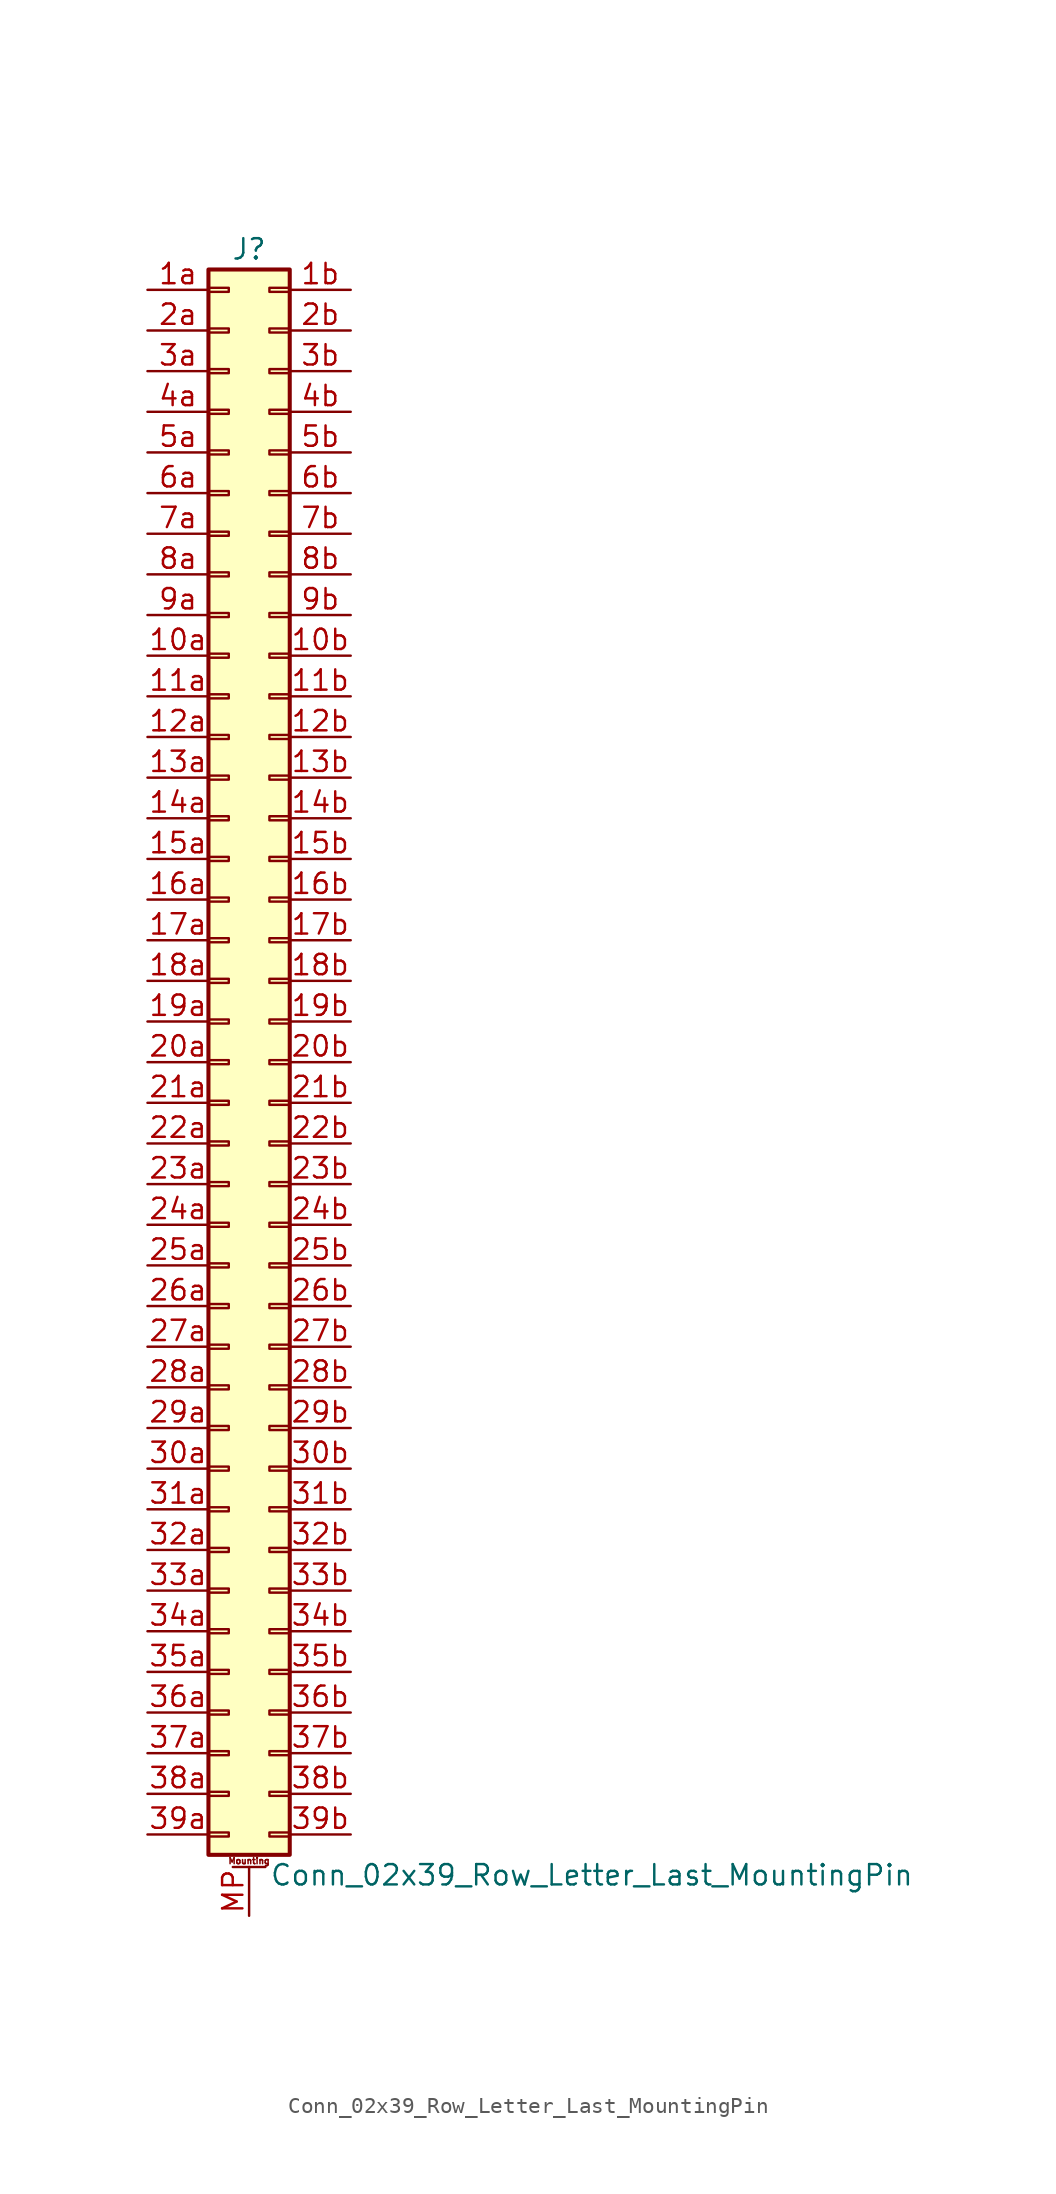
<source format=kicad_sym>
(kicad_symbol_lib
  (version 20201005)
  (generator kicad_symbol_editor)
  (symbol "Conn_02x39_Row_Letter_Last_MountingPin"
    (pin_names
      (offset 1.016) hide)
    (property "Reference" "J"
      (at 1.27 50.8 0)
      (effects (font (size 1.27 1.27))))
    (property "Value" "Conn_02x39_Row_Letter_Last_MountingPin"
      (at 2.54 -50.8 0)
      (effects (font (size 1.27 1.27)) (justify left)))
    (symbol "Conn_02x39_Row_Letter_Last_MountingPin_1_1"
      (text "Mounting" (at 1.27 -49.911 0) (effects (font (size 0.381 0.381))))
      (rectangle (start -1.27 -48.133) (end 0 -48.387) (stroke (width 0.152)) (fill (type none)))
      (rectangle (start -1.27 -45.593) (end 0 -45.847) (stroke (width 0.152)) (fill (type none)))
      (rectangle (start -1.27 -43.053) (end 0 -43.307) (stroke (width 0.152)) (fill (type none)))
      (rectangle (start -1.27 -40.513) (end 0 -40.767) (stroke (width 0.152)) (fill (type none)))
      (rectangle (start -1.27 -37.973) (end 0 -38.227) (stroke (width 0.152)) (fill (type none)))
      (rectangle (start -1.27 -35.433) (end 0 -35.687) (stroke (width 0.152)) (fill (type none)))
      (rectangle (start -1.27 -32.893) (end 0 -33.147) (stroke (width 0.152)) (fill (type none)))
      (rectangle (start -1.27 -30.353) (end 0 -30.607) (stroke (width 0.152)) (fill (type none)))
      (rectangle (start -1.27 -27.813) (end 0 -28.067) (stroke (width 0.152)) (fill (type none)))
      (rectangle (start -1.27 -25.273) (end 0 -25.527) (stroke (width 0.152)) (fill (type none)))
      (rectangle (start -1.27 -22.733) (end 0 -22.987) (stroke (width 0.152)) (fill (type none)))
      (rectangle (start -1.27 -20.193) (end 0 -20.447) (stroke (width 0.152)) (fill (type none)))
      (rectangle (start -1.27 -17.653) (end 0 -17.907) (stroke (width 0.152)) (fill (type none)))
      (rectangle (start -1.27 -15.113) (end 0 -15.367) (stroke (width 0.152)) (fill (type none)))
      (rectangle (start -1.27 -12.573) (end 0 -12.827) (stroke (width 0.152)) (fill (type none)))
      (rectangle (start -1.27 -10.033) (end 0 -10.287) (stroke (width 0.152)) (fill (type none)))
      (rectangle (start -1.27 -7.493) (end 0 -7.747) (stroke (width 0.152)) (fill (type none)))
      (rectangle (start -1.27 -4.953) (end 0 -5.207) (stroke (width 0.152)) (fill (type none)))
      (rectangle (start -1.27 -2.413) (end 0 -2.667) (stroke (width 0.152)) (fill (type none)))
      (rectangle (start -1.27 0.127) (end 0 -0.127) (stroke (width 0.152)) (fill (type none)))
      (rectangle (start -1.27 2.667) (end 0 2.413) (stroke (width 0.152)) (fill (type none)))
      (rectangle (start -1.27 5.207) (end 0 4.953) (stroke (width 0.152)) (fill (type none)))
      (rectangle (start -1.27 7.747) (end 0 7.493) (stroke (width 0.152)) (fill (type none)))
      (rectangle (start -1.27 10.287) (end 0 10.033) (stroke (width 0.152)) (fill (type none)))
      (rectangle (start -1.27 12.827) (end 0 12.573) (stroke (width 0.152)) (fill (type none)))
      (rectangle (start -1.27 15.367) (end 0 15.113) (stroke (width 0.152)) (fill (type none)))
      (rectangle (start -1.27 17.907) (end 0 17.653) (stroke (width 0.152)) (fill (type none)))
      (rectangle (start -1.27 20.447) (end 0 20.193) (stroke (width 0.152)) (fill (type none)))
      (rectangle (start -1.27 22.987) (end 0 22.733) (stroke (width 0.152)) (fill (type none)))
      (rectangle (start -1.27 25.527) (end 0 25.273) (stroke (width 0.152)) (fill (type none)))
      (rectangle (start -1.27 28.067) (end 0 27.813) (stroke (width 0.152)) (fill (type none)))
      (rectangle (start -1.27 30.607) (end 0 30.353) (stroke (width 0.152)) (fill (type none)))
      (rectangle (start -1.27 33.147) (end 0 32.893) (stroke (width 0.152)) (fill (type none)))
      (rectangle (start -1.27 35.687) (end 0 35.433) (stroke (width 0.152)) (fill (type none)))
      (rectangle (start -1.27 38.227) (end 0 37.973) (stroke (width 0.152)) (fill (type none)))
      (rectangle (start -1.27 40.767) (end 0 40.513) (stroke (width 0.152)) (fill (type none)))
      (rectangle (start -1.27 43.307) (end 0 43.053) (stroke (width 0.152)) (fill (type none)))
      (rectangle (start -1.27 45.847) (end 0 45.593) (stroke (width 0.152)) (fill (type none)))
      (rectangle (start -1.27 48.387) (end 0 48.133) (stroke (width 0.152)) (fill (type none)))
      (rectangle (start 3.81 -48.133) (end 2.54 -48.387) (stroke (width 0.152)) (fill (type none)))
      (rectangle (start 3.81 -45.593) (end 2.54 -45.847) (stroke (width 0.152)) (fill (type none)))
      (rectangle (start 3.81 -43.053) (end 2.54 -43.307) (stroke (width 0.152)) (fill (type none)))
      (rectangle (start 3.81 -40.513) (end 2.54 -40.767) (stroke (width 0.152)) (fill (type none)))
      (rectangle (start 3.81 -37.973) (end 2.54 -38.227) (stroke (width 0.152)) (fill (type none)))
      (rectangle (start 3.81 -35.433) (end 2.54 -35.687) (stroke (width 0.152)) (fill (type none)))
      (rectangle (start 3.81 -32.893) (end 2.54 -33.147) (stroke (width 0.152)) (fill (type none)))
      (rectangle (start 3.81 -30.353) (end 2.54 -30.607) (stroke (width 0.152)) (fill (type none)))
      (rectangle (start 3.81 -27.813) (end 2.54 -28.067) (stroke (width 0.152)) (fill (type none)))
      (rectangle (start 3.81 -25.273) (end 2.54 -25.527) (stroke (width 0.152)) (fill (type none)))
      (rectangle (start 3.81 -22.733) (end 2.54 -22.987) (stroke (width 0.152)) (fill (type none)))
      (rectangle (start 3.81 -20.193) (end 2.54 -20.447) (stroke (width 0.152)) (fill (type none)))
      (rectangle (start 3.81 -17.653) (end 2.54 -17.907) (stroke (width 0.152)) (fill (type none)))
      (rectangle (start 3.81 -15.113) (end 2.54 -15.367) (stroke (width 0.152)) (fill (type none)))
      (rectangle (start 3.81 -12.573) (end 2.54 -12.827) (stroke (width 0.152)) (fill (type none)))
      (rectangle (start 3.81 -10.033) (end 2.54 -10.287) (stroke (width 0.152)) (fill (type none)))
      (rectangle (start 3.81 -7.493) (end 2.54 -7.747) (stroke (width 0.152)) (fill (type none)))
      (rectangle (start 3.81 -4.953) (end 2.54 -5.207) (stroke (width 0.152)) (fill (type none)))
      (rectangle (start 3.81 -2.413) (end 2.54 -2.667) (stroke (width 0.152)) (fill (type none)))
      (rectangle (start 3.81 0.127) (end 2.54 -0.127) (stroke (width 0.152)) (fill (type none)))
      (rectangle (start 3.81 2.667) (end 2.54 2.413) (stroke (width 0.152)) (fill (type none)))
      (rectangle (start 3.81 5.207) (end 2.54 4.953) (stroke (width 0.152)) (fill (type none)))
      (rectangle (start 3.81 7.747) (end 2.54 7.493) (stroke (width 0.152)) (fill (type none)))
      (rectangle (start 3.81 10.287) (end 2.54 10.033) (stroke (width 0.152)) (fill (type none)))
      (rectangle (start 3.81 12.827) (end 2.54 12.573) (stroke (width 0.152)) (fill (type none)))
      (rectangle (start 3.81 15.367) (end 2.54 15.113) (stroke (width 0.152)) (fill (type none)))
      (rectangle (start 3.81 17.907) (end 2.54 17.653) (stroke (width 0.152)) (fill (type none)))
      (rectangle (start 3.81 20.447) (end 2.54 20.193) (stroke (width 0.152)) (fill (type none)))
      (rectangle (start 3.81 22.987) (end 2.54 22.733) (stroke (width 0.152)) (fill (type none)))
      (rectangle (start 3.81 25.527) (end 2.54 25.273) (stroke (width 0.152)) (fill (type none)))
      (rectangle (start 3.81 28.067) (end 2.54 27.813) (stroke (width 0.152)) (fill (type none)))
      (rectangle (start 3.81 30.607) (end 2.54 30.353) (stroke (width 0.152)) (fill (type none)))
      (rectangle (start 3.81 33.147) (end 2.54 32.893) (stroke (width 0.152)) (fill (type none)))
      (rectangle (start 3.81 35.687) (end 2.54 35.433) (stroke (width 0.152)) (fill (type none)))
      (rectangle (start 3.81 38.227) (end 2.54 37.973) (stroke (width 0.152)) (fill (type none)))
      (rectangle (start 3.81 40.767) (end 2.54 40.513) (stroke (width 0.152)) (fill (type none)))
      (rectangle (start 3.81 43.307) (end 2.54 43.053) (stroke (width 0.152)) (fill (type none)))
      (rectangle (start 3.81 45.847) (end 2.54 45.593) (stroke (width 0.152)) (fill (type none)))
      (rectangle (start 3.81 48.387) (end 2.54 48.133) (stroke (width 0.152)) (fill (type none)))
      (rectangle (start -1.27 49.53) (end 3.81 -49.53) (stroke (width 0.254)) (fill (type background)))
      (polyline (pts (xy 0.254 -50.292) (xy 2.286 -50.292)) (stroke (width 0.152)) (fill (type none)))
      (pin passive line (at -5.08 25.4 0) (length 3.81) (name "Pin_10a" (effects (font (size 1.27 1.27)))) (number "10a" (effects (font (size 1.27 1.27)))))
      (pin passive line (at 7.62 25.4 180) (length 3.81) (name "Pin_10b" (effects (font (size 1.27 1.27)))) (number "10b" (effects (font (size 1.27 1.27)))))
      (pin passive line (at -5.08 22.86 0) (length 3.81) (name "Pin_11a" (effects (font (size 1.27 1.27)))) (number "11a" (effects (font (size 1.27 1.27)))))
      (pin passive line (at 7.62 22.86 180) (length 3.81) (name "Pin_11b" (effects (font (size 1.27 1.27)))) (number "11b" (effects (font (size 1.27 1.27)))))
      (pin passive line (at -5.08 20.32 0) (length 3.81) (name "Pin_12a" (effects (font (size 1.27 1.27)))) (number "12a" (effects (font (size 1.27 1.27)))))
      (pin passive line (at 7.62 20.32 180) (length 3.81) (name "Pin_12b" (effects (font (size 1.27 1.27)))) (number "12b" (effects (font (size 1.27 1.27)))))
      (pin passive line (at -5.08 17.78 0) (length 3.81) (name "Pin_13a" (effects (font (size 1.27 1.27)))) (number "13a" (effects (font (size 1.27 1.27)))))
      (pin passive line (at 7.62 17.78 180) (length 3.81) (name "Pin_13b" (effects (font (size 1.27 1.27)))) (number "13b" (effects (font (size 1.27 1.27)))))
      (pin passive line (at -5.08 15.24 0) (length 3.81) (name "Pin_14a" (effects (font (size 1.27 1.27)))) (number "14a" (effects (font (size 1.27 1.27)))))
      (pin passive line (at 7.62 15.24 180) (length 3.81) (name "Pin_14b" (effects (font (size 1.27 1.27)))) (number "14b" (effects (font (size 1.27 1.27)))))
      (pin passive line (at -5.08 12.7 0) (length 3.81) (name "Pin_15a" (effects (font (size 1.27 1.27)))) (number "15a" (effects (font (size 1.27 1.27)))))
      (pin passive line (at 7.62 12.7 180) (length 3.81) (name "Pin_15b" (effects (font (size 1.27 1.27)))) (number "15b" (effects (font (size 1.27 1.27)))))
      (pin passive line (at -5.08 10.16 0) (length 3.81) (name "Pin_16a" (effects (font (size 1.27 1.27)))) (number "16a" (effects (font (size 1.27 1.27)))))
      (pin passive line (at 7.62 10.16 180) (length 3.81) (name "Pin_16b" (effects (font (size 1.27 1.27)))) (number "16b" (effects (font (size 1.27 1.27)))))
      (pin passive line (at -5.08 7.62 0) (length 3.81) (name "Pin_17a" (effects (font (size 1.27 1.27)))) (number "17a" (effects (font (size 1.27 1.27)))))
      (pin passive line (at 7.62 7.62 180) (length 3.81) (name "Pin_17b" (effects (font (size 1.27 1.27)))) (number "17b" (effects (font (size 1.27 1.27)))))
      (pin passive line (at -5.08 5.08 0) (length 3.81) (name "Pin_18a" (effects (font (size 1.27 1.27)))) (number "18a" (effects (font (size 1.27 1.27)))))
      (pin passive line (at 7.62 5.08 180) (length 3.81) (name "Pin_18b" (effects (font (size 1.27 1.27)))) (number "18b" (effects (font (size 1.27 1.27)))))
      (pin passive line (at -5.08 2.54 0) (length 3.81) (name "Pin_19a" (effects (font (size 1.27 1.27)))) (number "19a" (effects (font (size 1.27 1.27)))))
      (pin passive line (at 7.62 2.54 180) (length 3.81) (name "Pin_19b" (effects (font (size 1.27 1.27)))) (number "19b" (effects (font (size 1.27 1.27)))))
      (pin passive line (at -5.08 48.26 0) (length 3.81) (name "Pin_1a" (effects (font (size 1.27 1.27)))) (number "1a" (effects (font (size 1.27 1.27)))))
      (pin passive line (at 7.62 48.26 180) (length 3.81) (name "Pin_1b" (effects (font (size 1.27 1.27)))) (number "1b" (effects (font (size 1.27 1.27)))))
      (pin passive line (at -5.08 0 0) (length 3.81) (name "Pin_20a" (effects (font (size 1.27 1.27)))) (number "20a" (effects (font (size 1.27 1.27)))))
      (pin passive line (at 7.62 0 180) (length 3.81) (name "Pin_20b" (effects (font (size 1.27 1.27)))) (number "20b" (effects (font (size 1.27 1.27)))))
      (pin passive line (at -5.08 -2.54 0) (length 3.81) (name "Pin_21a" (effects (font (size 1.27 1.27)))) (number "21a" (effects (font (size 1.27 1.27)))))
      (pin passive line (at 7.62 -2.54 180) (length 3.81) (name "Pin_21b" (effects (font (size 1.27 1.27)))) (number "21b" (effects (font (size 1.27 1.27)))))
      (pin passive line (at -5.08 -5.08 0) (length 3.81) (name "Pin_22a" (effects (font (size 1.27 1.27)))) (number "22a" (effects (font (size 1.27 1.27)))))
      (pin passive line (at 7.62 -5.08 180) (length 3.81) (name "Pin_22b" (effects (font (size 1.27 1.27)))) (number "22b" (effects (font (size 1.27 1.27)))))
      (pin passive line (at -5.08 -7.62 0) (length 3.81) (name "Pin_23a" (effects (font (size 1.27 1.27)))) (number "23a" (effects (font (size 1.27 1.27)))))
      (pin passive line (at 7.62 -7.62 180) (length 3.81) (name "Pin_23b" (effects (font (size 1.27 1.27)))) (number "23b" (effects (font (size 1.27 1.27)))))
      (pin passive line (at -5.08 -10.16 0) (length 3.81) (name "Pin_24a" (effects (font (size 1.27 1.27)))) (number "24a" (effects (font (size 1.27 1.27)))))
      (pin passive line (at 7.62 -10.16 180) (length 3.81) (name "Pin_24b" (effects (font (size 1.27 1.27)))) (number "24b" (effects (font (size 1.27 1.27)))))
      (pin passive line (at -5.08 -12.7 0) (length 3.81) (name "Pin_25a" (effects (font (size 1.27 1.27)))) (number "25a" (effects (font (size 1.27 1.27)))))
      (pin passive line (at 7.62 -12.7 180) (length 3.81) (name "Pin_25b" (effects (font (size 1.27 1.27)))) (number "25b" (effects (font (size 1.27 1.27)))))
      (pin passive line (at -5.08 -15.24 0) (length 3.81) (name "Pin_26a" (effects (font (size 1.27 1.27)))) (number "26a" (effects (font (size 1.27 1.27)))))
      (pin passive line (at 7.62 -15.24 180) (length 3.81) (name "Pin_26b" (effects (font (size 1.27 1.27)))) (number "26b" (effects (font (size 1.27 1.27)))))
      (pin passive line (at -5.08 -17.78 0) (length 3.81) (name "Pin_27a" (effects (font (size 1.27 1.27)))) (number "27a" (effects (font (size 1.27 1.27)))))
      (pin passive line (at 7.62 -17.78 180) (length 3.81) (name "Pin_27b" (effects (font (size 1.27 1.27)))) (number "27b" (effects (font (size 1.27 1.27)))))
      (pin passive line (at -5.08 -20.32 0) (length 3.81) (name "Pin_28a" (effects (font (size 1.27 1.27)))) (number "28a" (effects (font (size 1.27 1.27)))))
      (pin passive line (at 7.62 -20.32 180) (length 3.81) (name "Pin_28b" (effects (font (size 1.27 1.27)))) (number "28b" (effects (font (size 1.27 1.27)))))
      (pin passive line (at -5.08 -22.86 0) (length 3.81) (name "Pin_29a" (effects (font (size 1.27 1.27)))) (number "29a" (effects (font (size 1.27 1.27)))))
      (pin passive line (at 7.62 -22.86 180) (length 3.81) (name "Pin_29b" (effects (font (size 1.27 1.27)))) (number "29b" (effects (font (size 1.27 1.27)))))
      (pin passive line (at -5.08 45.72 0) (length 3.81) (name "Pin_2a" (effects (font (size 1.27 1.27)))) (number "2a" (effects (font (size 1.27 1.27)))))
      (pin passive line (at 7.62 45.72 180) (length 3.81) (name "Pin_2b" (effects (font (size 1.27 1.27)))) (number "2b" (effects (font (size 1.27 1.27)))))
      (pin passive line (at -5.08 -25.4 0) (length 3.81) (name "Pin_30a" (effects (font (size 1.27 1.27)))) (number "30a" (effects (font (size 1.27 1.27)))))
      (pin passive line (at 7.62 -25.4 180) (length 3.81) (name "Pin_30b" (effects (font (size 1.27 1.27)))) (number "30b" (effects (font (size 1.27 1.27)))))
      (pin passive line (at -5.08 -27.94 0) (length 3.81) (name "Pin_31a" (effects (font (size 1.27 1.27)))) (number "31a" (effects (font (size 1.27 1.27)))))
      (pin passive line (at 7.62 -27.94 180) (length 3.81) (name "Pin_31b" (effects (font (size 1.27 1.27)))) (number "31b" (effects (font (size 1.27 1.27)))))
      (pin passive line (at -5.08 -30.48 0) (length 3.81) (name "Pin_32a" (effects (font (size 1.27 1.27)))) (number "32a" (effects (font (size 1.27 1.27)))))
      (pin passive line (at 7.62 -30.48 180) (length 3.81) (name "Pin_32b" (effects (font (size 1.27 1.27)))) (number "32b" (effects (font (size 1.27 1.27)))))
      (pin passive line (at -5.08 -33.02 0) (length 3.81) (name "Pin_33a" (effects (font (size 1.27 1.27)))) (number "33a" (effects (font (size 1.27 1.27)))))
      (pin passive line (at 7.62 -33.02 180) (length 3.81) (name "Pin_33b" (effects (font (size 1.27 1.27)))) (number "33b" (effects (font (size 1.27 1.27)))))
      (pin passive line (at -5.08 -35.56 0) (length 3.81) (name "Pin_34a" (effects (font (size 1.27 1.27)))) (number "34a" (effects (font (size 1.27 1.27)))))
      (pin passive line (at 7.62 -35.56 180) (length 3.81) (name "Pin_34b" (effects (font (size 1.27 1.27)))) (number "34b" (effects (font (size 1.27 1.27)))))
      (pin passive line (at -5.08 -38.1 0) (length 3.81) (name "Pin_35a" (effects (font (size 1.27 1.27)))) (number "35a" (effects (font (size 1.27 1.27)))))
      (pin passive line (at 7.62 -38.1 180) (length 3.81) (name "Pin_35b" (effects (font (size 1.27 1.27)))) (number "35b" (effects (font (size 1.27 1.27)))))
      (pin passive line (at -5.08 -40.64 0) (length 3.81) (name "Pin_36a" (effects (font (size 1.27 1.27)))) (number "36a" (effects (font (size 1.27 1.27)))))
      (pin passive line (at 7.62 -40.64 180) (length 3.81) (name "Pin_36b" (effects (font (size 1.27 1.27)))) (number "36b" (effects (font (size 1.27 1.27)))))
      (pin passive line (at -5.08 -43.18 0) (length 3.81) (name "Pin_37a" (effects (font (size 1.27 1.27)))) (number "37a" (effects (font (size 1.27 1.27)))))
      (pin passive line (at 7.62 -43.18 180) (length 3.81) (name "Pin_37b" (effects (font (size 1.27 1.27)))) (number "37b" (effects (font (size 1.27 1.27)))))
      (pin passive line (at -5.08 -45.72 0) (length 3.81) (name "Pin_38a" (effects (font (size 1.27 1.27)))) (number "38a" (effects (font (size 1.27 1.27)))))
      (pin passive line (at 7.62 -45.72 180) (length 3.81) (name "Pin_38b" (effects (font (size 1.27 1.27)))) (number "38b" (effects (font (size 1.27 1.27)))))
      (pin passive line (at -5.08 -48.26 0) (length 3.81) (name "Pin_39a" (effects (font (size 1.27 1.27)))) (number "39a" (effects (font (size 1.27 1.27)))))
      (pin passive line (at 7.62 -48.26 180) (length 3.81) (name "Pin_39b" (effects (font (size 1.27 1.27)))) (number "39b" (effects (font (size 1.27 1.27)))))
      (pin passive line (at -5.08 43.18 0) (length 3.81) (name "Pin_3a" (effects (font (size 1.27 1.27)))) (number "3a" (effects (font (size 1.27 1.27)))))
      (pin passive line (at 7.62 43.18 180) (length 3.81) (name "Pin_3b" (effects (font (size 1.27 1.27)))) (number "3b" (effects (font (size 1.27 1.27)))))
      (pin passive line (at -5.08 40.64 0) (length 3.81) (name "Pin_4a" (effects (font (size 1.27 1.27)))) (number "4a" (effects (font (size 1.27 1.27)))))
      (pin passive line (at 7.62 40.64 180) (length 3.81) (name "Pin_4b" (effects (font (size 1.27 1.27)))) (number "4b" (effects (font (size 1.27 1.27)))))
      (pin passive line (at -5.08 38.1 0) (length 3.81) (name "Pin_5a" (effects (font (size 1.27 1.27)))) (number "5a" (effects (font (size 1.27 1.27)))))
      (pin passive line (at 7.62 38.1 180) (length 3.81) (name "Pin_5b" (effects (font (size 1.27 1.27)))) (number "5b" (effects (font (size 1.27 1.27)))))
      (pin passive line (at -5.08 35.56 0) (length 3.81) (name "Pin_6a" (effects (font (size 1.27 1.27)))) (number "6a" (effects (font (size 1.27 1.27)))))
      (pin passive line (at 7.62 35.56 180) (length 3.81) (name "Pin_6b" (effects (font (size 1.27 1.27)))) (number "6b" (effects (font (size 1.27 1.27)))))
      (pin passive line (at -5.08 33.02 0) (length 3.81) (name "Pin_7a" (effects (font (size 1.27 1.27)))) (number "7a" (effects (font (size 1.27 1.27)))))
      (pin passive line (at 7.62 33.02 180) (length 3.81) (name "Pin_7b" (effects (font (size 1.27 1.27)))) (number "7b" (effects (font (size 1.27 1.27)))))
      (pin passive line (at -5.08 30.48 0) (length 3.81) (name "Pin_8a" (effects (font (size 1.27 1.27)))) (number "8a" (effects (font (size 1.27 1.27)))))
      (pin passive line (at 7.62 30.48 180) (length 3.81) (name "Pin_8b" (effects (font (size 1.27 1.27)))) (number "8b" (effects (font (size 1.27 1.27)))))
      (pin passive line (at -5.08 27.94 0) (length 3.81) (name "Pin_9a" (effects (font (size 1.27 1.27)))) (number "9a" (effects (font (size 1.27 1.27)))))
      (pin passive line (at 7.62 27.94 180) (length 3.81) (name "Pin_9b" (effects (font (size 1.27 1.27)))) (number "9b" (effects (font (size 1.27 1.27)))))
      (pin passive line (at 1.27 -53.34 90) (length 3.048) (name "MountPin" (effects (font (size 1.27 1.27)))) (number "MP" (effects (font (size 1.27 1.27))))))))
</source>
